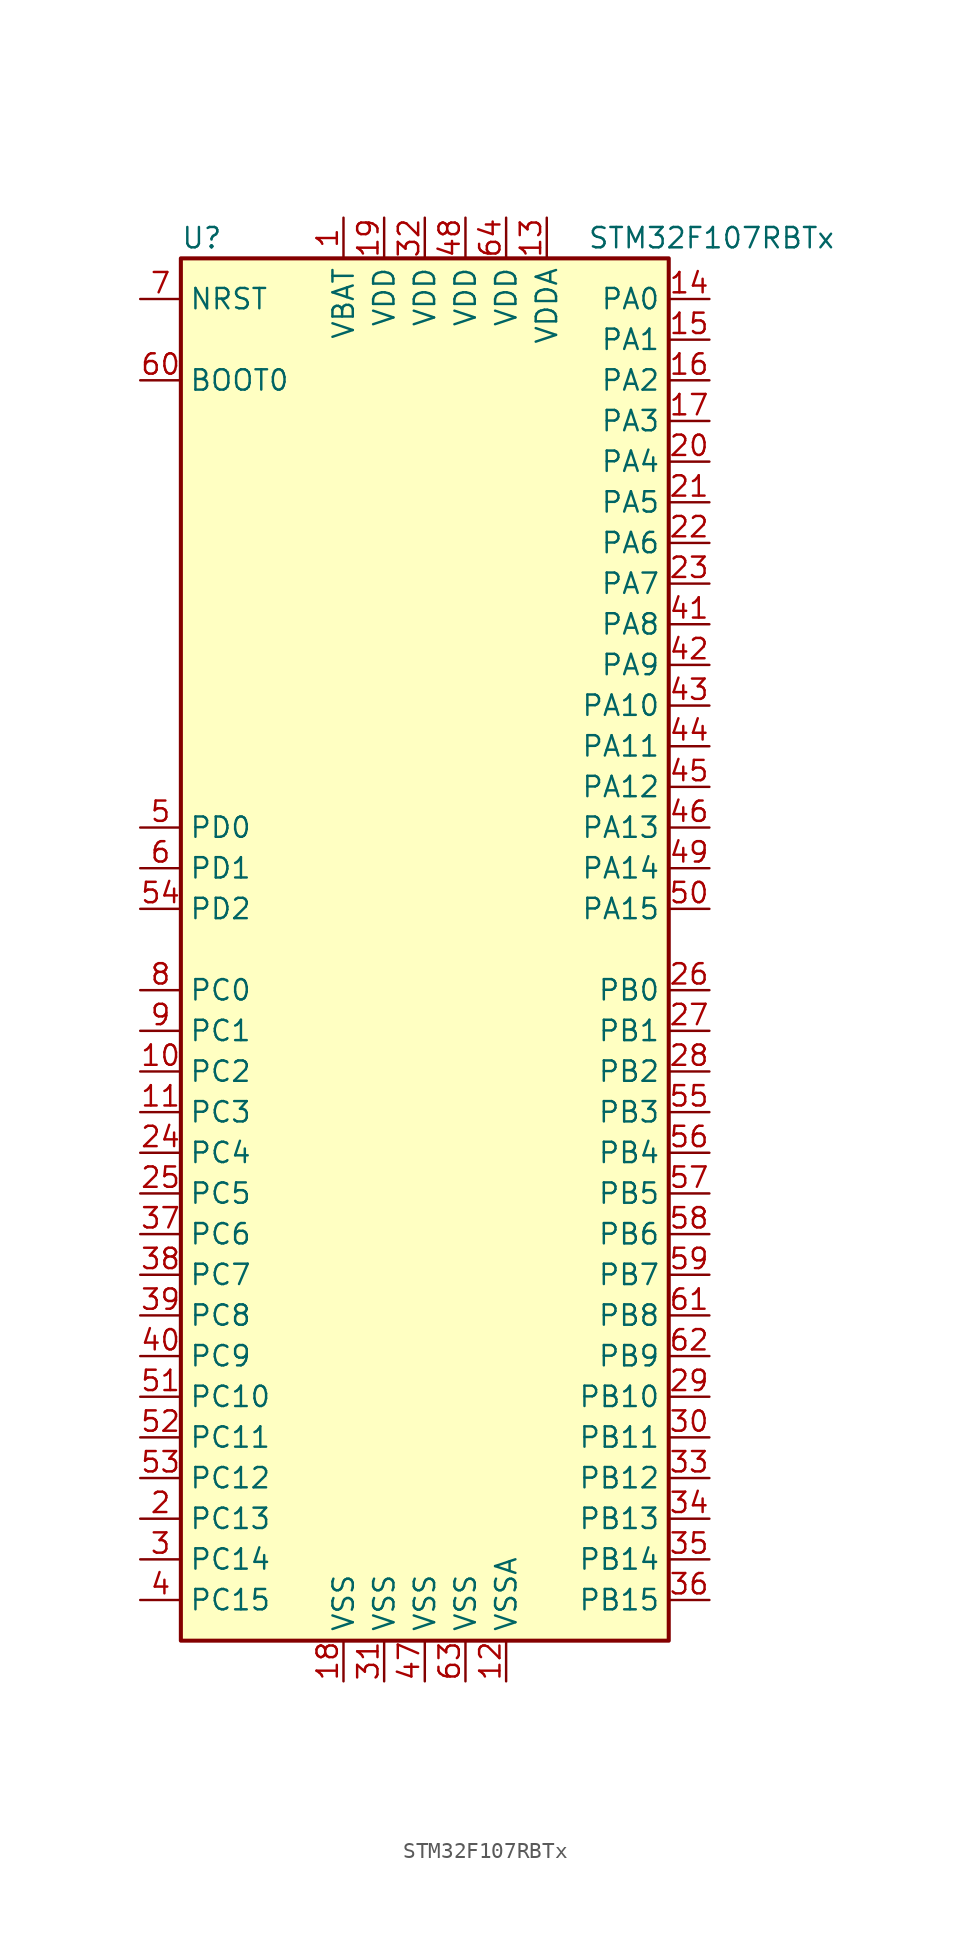
<source format=kicad_sym>
(kicad_symbol_lib
  (version 20201005)
  (generator kicad_symbol_editor)
  (symbol "STM32F107RBTx"
    (property "Reference" "U"
      (at -15.24 44.45 0)
      (effects (font (size 1.27 1.27)) (justify left)))
    (property "Value" "STM32F107RBTx"
      (at 10.16 44.45 0)
      (effects (font (size 1.27 1.27)) (justify left)))
    (symbol "STM32F107RBTx_0_1"
      (rectangle (start -15.24 -43.18) (end 15.24 43.18) (stroke (width 0.254)) (fill (type background))))
    (symbol "STM32F107RBTx_1_1"
      (pin input line (at -17.78 35.56 0) (length 2.54) (name "BOOT0" (effects (font (size 1.27 1.27)))) (number "60" (effects (font (size 1.27 1.27)))))
      (pin input line (at -17.78 40.64 0) (length 2.54) (name "NRST" (effects (font (size 1.27 1.27)))) (number "7" (effects (font (size 1.27 1.27)))))
      (pin bidirectional line (at 17.78 40.64 180) (length 2.54) (name "PA0" (effects (font (size 1.27 1.27)))) (number "14" (effects (font (size 1.27 1.27)))))
      (pin bidirectional line (at 17.78 38.1 180) (length 2.54) (name "PA1" (effects (font (size 1.27 1.27)))) (number "15" (effects (font (size 1.27 1.27)))))
      (pin bidirectional line (at 17.78 15.24 180) (length 2.54) (name "PA10" (effects (font (size 1.27 1.27)))) (number "43" (effects (font (size 1.27 1.27)))))
      (pin bidirectional line (at 17.78 12.7 180) (length 2.54) (name "PA11" (effects (font (size 1.27 1.27)))) (number "44" (effects (font (size 1.27 1.27)))))
      (pin bidirectional line (at 17.78 10.16 180) (length 2.54) (name "PA12" (effects (font (size 1.27 1.27)))) (number "45" (effects (font (size 1.27 1.27)))))
      (pin bidirectional line (at 17.78 7.62 180) (length 2.54) (name "PA13" (effects (font (size 1.27 1.27)))) (number "46" (effects (font (size 1.27 1.27)))))
      (pin bidirectional line (at 17.78 5.08 180) (length 2.54) (name "PA14" (effects (font (size 1.27 1.27)))) (number "49" (effects (font (size 1.27 1.27)))))
      (pin bidirectional line (at 17.78 2.54 180) (length 2.54) (name "PA15" (effects (font (size 1.27 1.27)))) (number "50" (effects (font (size 1.27 1.27)))))
      (pin bidirectional line (at 17.78 35.56 180) (length 2.54) (name "PA2" (effects (font (size 1.27 1.27)))) (number "16" (effects (font (size 1.27 1.27)))))
      (pin bidirectional line (at 17.78 33.02 180) (length 2.54) (name "PA3" (effects (font (size 1.27 1.27)))) (number "17" (effects (font (size 1.27 1.27)))))
      (pin bidirectional line (at 17.78 30.48 180) (length 2.54) (name "PA4" (effects (font (size 1.27 1.27)))) (number "20" (effects (font (size 1.27 1.27)))))
      (pin bidirectional line (at 17.78 27.94 180) (length 2.54) (name "PA5" (effects (font (size 1.27 1.27)))) (number "21" (effects (font (size 1.27 1.27)))))
      (pin bidirectional line (at 17.78 25.4 180) (length 2.54) (name "PA6" (effects (font (size 1.27 1.27)))) (number "22" (effects (font (size 1.27 1.27)))))
      (pin bidirectional line (at 17.78 22.86 180) (length 2.54) (name "PA7" (effects (font (size 1.27 1.27)))) (number "23" (effects (font (size 1.27 1.27)))))
      (pin bidirectional line (at 17.78 20.32 180) (length 2.54) (name "PA8" (effects (font (size 1.27 1.27)))) (number "41" (effects (font (size 1.27 1.27)))))
      (pin bidirectional line (at 17.78 17.78 180) (length 2.54) (name "PA9" (effects (font (size 1.27 1.27)))) (number "42" (effects (font (size 1.27 1.27)))))
      (pin bidirectional line (at 17.78 -2.54 180) (length 2.54) (name "PB0" (effects (font (size 1.27 1.27)))) (number "26" (effects (font (size 1.27 1.27)))))
      (pin bidirectional line (at 17.78 -5.08 180) (length 2.54) (name "PB1" (effects (font (size 1.27 1.27)))) (number "27" (effects (font (size 1.27 1.27)))))
      (pin bidirectional line (at 17.78 -27.94 180) (length 2.54) (name "PB10" (effects (font (size 1.27 1.27)))) (number "29" (effects (font (size 1.27 1.27)))))
      (pin bidirectional line (at 17.78 -30.48 180) (length 2.54) (name "PB11" (effects (font (size 1.27 1.27)))) (number "30" (effects (font (size 1.27 1.27)))))
      (pin bidirectional line (at 17.78 -33.02 180) (length 2.54) (name "PB12" (effects (font (size 1.27 1.27)))) (number "33" (effects (font (size 1.27 1.27)))))
      (pin bidirectional line (at 17.78 -35.56 180) (length 2.54) (name "PB13" (effects (font (size 1.27 1.27)))) (number "34" (effects (font (size 1.27 1.27)))))
      (pin bidirectional line (at 17.78 -38.1 180) (length 2.54) (name "PB14" (effects (font (size 1.27 1.27)))) (number "35" (effects (font (size 1.27 1.27)))))
      (pin bidirectional line (at 17.78 -40.64 180) (length 2.54) (name "PB15" (effects (font (size 1.27 1.27)))) (number "36" (effects (font (size 1.27 1.27)))))
      (pin bidirectional line (at 17.78 -7.62 180) (length 2.54) (name "PB2" (effects (font (size 1.27 1.27)))) (number "28" (effects (font (size 1.27 1.27)))))
      (pin bidirectional line (at 17.78 -10.16 180) (length 2.54) (name "PB3" (effects (font (size 1.27 1.27)))) (number "55" (effects (font (size 1.27 1.27)))))
      (pin bidirectional line (at 17.78 -12.7 180) (length 2.54) (name "PB4" (effects (font (size 1.27 1.27)))) (number "56" (effects (font (size 1.27 1.27)))))
      (pin bidirectional line (at 17.78 -15.24 180) (length 2.54) (name "PB5" (effects (font (size 1.27 1.27)))) (number "57" (effects (font (size 1.27 1.27)))))
      (pin bidirectional line (at 17.78 -17.78 180) (length 2.54) (name "PB6" (effects (font (size 1.27 1.27)))) (number "58" (effects (font (size 1.27 1.27)))))
      (pin bidirectional line (at 17.78 -20.32 180) (length 2.54) (name "PB7" (effects (font (size 1.27 1.27)))) (number "59" (effects (font (size 1.27 1.27)))))
      (pin bidirectional line (at 17.78 -22.86 180) (length 2.54) (name "PB8" (effects (font (size 1.27 1.27)))) (number "61" (effects (font (size 1.27 1.27)))))
      (pin bidirectional line (at 17.78 -25.4 180) (length 2.54) (name "PB9" (effects (font (size 1.27 1.27)))) (number "62" (effects (font (size 1.27 1.27)))))
      (pin bidirectional line (at -17.78 -2.54 0) (length 2.54) (name "PC0" (effects (font (size 1.27 1.27)))) (number "8" (effects (font (size 1.27 1.27)))))
      (pin bidirectional line (at -17.78 -5.08 0) (length 2.54) (name "PC1" (effects (font (size 1.27 1.27)))) (number "9" (effects (font (size 1.27 1.27)))))
      (pin bidirectional line (at -17.78 -27.94 0) (length 2.54) (name "PC10" (effects (font (size 1.27 1.27)))) (number "51" (effects (font (size 1.27 1.27)))))
      (pin bidirectional line (at -17.78 -30.48 0) (length 2.54) (name "PC11" (effects (font (size 1.27 1.27)))) (number "52" (effects (font (size 1.27 1.27)))))
      (pin bidirectional line (at -17.78 -33.02 0) (length 2.54) (name "PC12" (effects (font (size 1.27 1.27)))) (number "53" (effects (font (size 1.27 1.27)))))
      (pin bidirectional line (at -17.78 -35.56 0) (length 2.54) (name "PC13" (effects (font (size 1.27 1.27)))) (number "2" (effects (font (size 1.27 1.27)))))
      (pin bidirectional line (at -17.78 -38.1 0) (length 2.54) (name "PC14" (effects (font (size 1.27 1.27)))) (number "3" (effects (font (size 1.27 1.27)))))
      (pin bidirectional line (at -17.78 -40.64 0) (length 2.54) (name "PC15" (effects (font (size 1.27 1.27)))) (number "4" (effects (font (size 1.27 1.27)))))
      (pin bidirectional line (at -17.78 -7.62 0) (length 2.54) (name "PC2" (effects (font (size 1.27 1.27)))) (number "10" (effects (font (size 1.27 1.27)))))
      (pin bidirectional line (at -17.78 -10.16 0) (length 2.54) (name "PC3" (effects (font (size 1.27 1.27)))) (number "11" (effects (font (size 1.27 1.27)))))
      (pin bidirectional line (at -17.78 -12.7 0) (length 2.54) (name "PC4" (effects (font (size 1.27 1.27)))) (number "24" (effects (font (size 1.27 1.27)))))
      (pin bidirectional line (at -17.78 -15.24 0) (length 2.54) (name "PC5" (effects (font (size 1.27 1.27)))) (number "25" (effects (font (size 1.27 1.27)))))
      (pin bidirectional line (at -17.78 -17.78 0) (length 2.54) (name "PC6" (effects (font (size 1.27 1.27)))) (number "37" (effects (font (size 1.27 1.27)))))
      (pin bidirectional line (at -17.78 -20.32 0) (length 2.54) (name "PC7" (effects (font (size 1.27 1.27)))) (number "38" (effects (font (size 1.27 1.27)))))
      (pin bidirectional line (at -17.78 -22.86 0) (length 2.54) (name "PC8" (effects (font (size 1.27 1.27)))) (number "39" (effects (font (size 1.27 1.27)))))
      (pin bidirectional line (at -17.78 -25.4 0) (length 2.54) (name "PC9" (effects (font (size 1.27 1.27)))) (number "40" (effects (font (size 1.27 1.27)))))
      (pin input line (at -17.78 7.62 0) (length 2.54) (name "PD0" (effects (font (size 1.27 1.27)))) (number "5" (effects (font (size 1.27 1.27)))))
      (pin input line (at -17.78 5.08 0) (length 2.54) (name "PD1" (effects (font (size 1.27 1.27)))) (number "6" (effects (font (size 1.27 1.27)))))
      (pin bidirectional line (at -17.78 2.54 0) (length 2.54) (name "PD2" (effects (font (size 1.27 1.27)))) (number "54" (effects (font (size 1.27 1.27)))))
      (pin power_in line (at -5.08 45.72 270) (length 2.54) (name "VBAT" (effects (font (size 1.27 1.27)))) (number "1" (effects (font (size 1.27 1.27)))))
      (pin power_in line (at -2.54 45.72 270) (length 2.54) (name "VDD" (effects (font (size 1.27 1.27)))) (number "19" (effects (font (size 1.27 1.27)))))
      (pin power_in line (at 0 45.72 270) (length 2.54) (name "VDD" (effects (font (size 1.27 1.27)))) (number "32" (effects (font (size 1.27 1.27)))))
      (pin power_in line (at 2.54 45.72 270) (length 2.54) (name "VDD" (effects (font (size 1.27 1.27)))) (number "48" (effects (font (size 1.27 1.27)))))
      (pin power_in line (at 5.08 45.72 270) (length 2.54) (name "VDD" (effects (font (size 1.27 1.27)))) (number "64" (effects (font (size 1.27 1.27)))))
      (pin power_in line (at 7.62 45.72 270) (length 2.54) (name "VDDA" (effects (font (size 1.27 1.27)))) (number "13" (effects (font (size 1.27 1.27)))))
      (pin power_in line (at -5.08 -45.72 90) (length 2.54) (name "VSS" (effects (font (size 1.27 1.27)))) (number "18" (effects (font (size 1.27 1.27)))))
      (pin power_in line (at -2.54 -45.72 90) (length 2.54) (name "VSS" (effects (font (size 1.27 1.27)))) (number "31" (effects (font (size 1.27 1.27)))))
      (pin power_in line (at 0 -45.72 90) (length 2.54) (name "VSS" (effects (font (size 1.27 1.27)))) (number "47" (effects (font (size 1.27 1.27)))))
      (pin power_in line (at 2.54 -45.72 90) (length 2.54) (name "VSS" (effects (font (size 1.27 1.27)))) (number "63" (effects (font (size 1.27 1.27)))))
      (pin power_in line (at 5.08 -45.72 90) (length 2.54) (name "VSSA" (effects (font (size 1.27 1.27)))) (number "12" (effects (font (size 1.27 1.27))))))))
</source>
